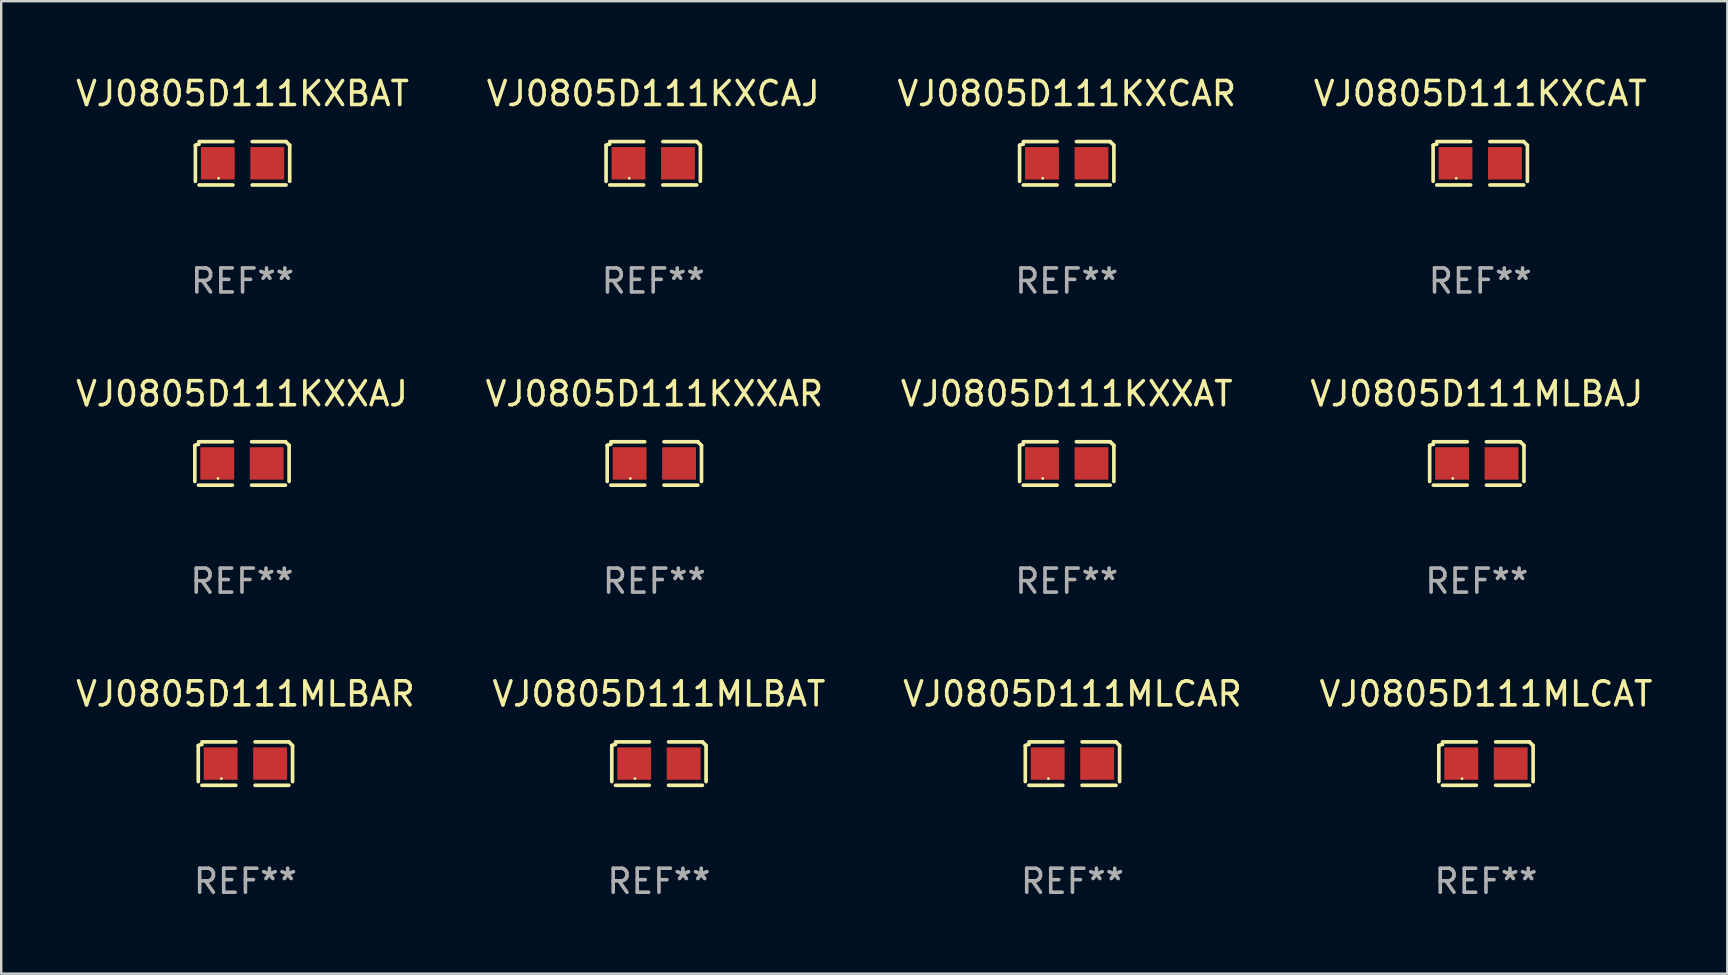
<source format=kicad_pcb>
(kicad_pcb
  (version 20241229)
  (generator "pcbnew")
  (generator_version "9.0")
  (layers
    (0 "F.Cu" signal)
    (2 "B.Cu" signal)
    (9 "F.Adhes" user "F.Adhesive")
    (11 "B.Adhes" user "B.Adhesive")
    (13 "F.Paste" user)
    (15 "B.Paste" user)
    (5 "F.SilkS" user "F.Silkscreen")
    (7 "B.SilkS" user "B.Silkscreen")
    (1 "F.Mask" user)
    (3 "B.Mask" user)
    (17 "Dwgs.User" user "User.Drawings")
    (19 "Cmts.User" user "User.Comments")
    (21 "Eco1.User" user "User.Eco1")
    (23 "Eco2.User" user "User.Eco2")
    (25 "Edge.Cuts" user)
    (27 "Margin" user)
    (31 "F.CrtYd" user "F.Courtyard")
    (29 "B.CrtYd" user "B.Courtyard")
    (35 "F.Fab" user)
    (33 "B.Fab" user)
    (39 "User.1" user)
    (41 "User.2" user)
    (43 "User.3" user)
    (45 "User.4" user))
  (footprint "VJ0805D111MLBAJ"
    (layer "F.Cu")
    (at 58.47 16.256)
    (property "Reference" "VJ0805D111MLBAJ" (at 0 -2.904 0) (layer "F.SilkS") (effects (font (size 1 1) (thickness 0.15))))
    (attr through_hole)
    (fp_line (start -1.964 0.751) (end -1.964 -0.751) (stroke (width 0.152) (type solid)) (layer "F.SilkS"))
    (fp_line (start -1.811 -0.904) (end -0.401 -0.904) (stroke (width 0.152) (type solid)) (layer "F.SilkS"))
    (fp_line (start -0.401 0.904) (end -1.811 0.904) (stroke (width 0.152) (type solid)) (layer "F.SilkS"))
    (fp_line (start 0.401 0.904) (end 1.811 0.904) (stroke (width 0.152) (type solid)) (layer "F.SilkS"))
    (fp_line (start 1.811 -0.904) (end 0.401 -0.904) (stroke (width 0.152) (type solid)) (layer "F.SilkS"))
    (fp_line (start 1.964 0.751) (end 1.964 -0.751) (stroke (width 0.152) (type solid)) (layer "F.SilkS"))
    (fp_arc (start -1.963602 -0.751207) (mid -1.890354 -0.783131) (end -1.811201 -0.794044) (stroke (width 0.1524) (type solid)) (layer "F.SilkS"))
    (fp_arc (start 1.811202 -0.903607) (mid 1.887413 -0.827418) (end 1.963602 -0.751207) (stroke (width 0.1524) (type solid)) (layer "F.SilkS"))
    (fp_circle (center -1 0.625) (end -0.97 0.625) (stroke (width 0.06) (type solid)) (fill no) (layer "F.SilkS"))
    (fp_text user "REF**" (at 0 4.904 0) (layer "F.Fab") (effects (font (size 1 1) (thickness 0.15))))
    (pad "1" smd rect (at -1.03 0) (size 1.41 1.35) (layers "F.Cu" "F.Mask" "F.Paste"))
    (pad "2" smd rect (at 1.03 0) (size 1.41 1.35) (layers "F.Cu" "F.Mask" "F.Paste")))
  (footprint "VJ0805D111KXXAT"
    (layer "F.Cu")
    (at 41.387 16.256)
    (property "Reference" "VJ0805D111KXXAT" (at 0 -2.904 0) (layer "F.SilkS") (effects (font (size 1 1) (thickness 0.15))))
    (attr through_hole)
    (fp_line (start -1.964 0.751) (end -1.964 -0.751) (stroke (width 0.152) (type solid)) (layer "F.SilkS"))
    (fp_line (start -1.811 -0.904) (end -0.401 -0.904) (stroke (width 0.152) (type solid)) (layer "F.SilkS"))
    (fp_line (start -0.401 0.904) (end -1.811 0.904) (stroke (width 0.152) (type solid)) (layer "F.SilkS"))
    (fp_line (start 0.401 0.904) (end 1.811 0.904) (stroke (width 0.152) (type solid)) (layer "F.SilkS"))
    (fp_line (start 1.811 -0.904) (end 0.401 -0.904) (stroke (width 0.152) (type solid)) (layer "F.SilkS"))
    (fp_line (start 1.964 0.751) (end 1.964 -0.751) (stroke (width 0.152) (type solid)) (layer "F.SilkS"))
    (fp_arc (start -1.963602 -0.751207) (mid -1.890354 -0.783131) (end -1.811201 -0.794044) (stroke (width 0.1524) (type solid)) (layer "F.SilkS"))
    (fp_arc (start 1.811202 -0.903607) (mid 1.887413 -0.827418) (end 1.963602 -0.751207) (stroke (width 0.1524) (type solid)) (layer "F.SilkS"))
    (fp_circle (center -1 0.625) (end -0.97 0.625) (stroke (width 0.06) (type solid)) (fill no) (layer "F.SilkS"))
    (fp_text user "REF**" (at 0 4.904 0) (layer "F.Fab") (effects (font (size 1 1) (thickness 0.15))))
    (pad "1" smd rect (at -1.03 0) (size 1.41 1.35) (layers "F.Cu" "F.Mask" "F.Paste"))
    (pad "2" smd rect (at 1.03 0) (size 1.41 1.35) (layers "F.Cu" "F.Mask" "F.Paste")))
  (footprint "VJ0805D111KXXAJ"
    (layer "F.Cu")
    (at 7.03 16.256)
    (property "Reference" "VJ0805D111KXXAJ" (at 0 -2.904 0) (layer "F.SilkS") (effects (font (size 1 1) (thickness 0.15))))
    (attr through_hole)
    (fp_line (start -1.964 0.751) (end -1.964 -0.751) (stroke (width 0.152) (type solid)) (layer "F.SilkS"))
    (fp_line (start -1.811 -0.904) (end -0.401 -0.904) (stroke (width 0.152) (type solid)) (layer "F.SilkS"))
    (fp_line (start -0.401 0.904) (end -1.811 0.904) (stroke (width 0.152) (type solid)) (layer "F.SilkS"))
    (fp_line (start 0.401 0.904) (end 1.811 0.904) (stroke (width 0.152) (type solid)) (layer "F.SilkS"))
    (fp_line (start 1.811 -0.904) (end 0.401 -0.904) (stroke (width 0.152) (type solid)) (layer "F.SilkS"))
    (fp_line (start 1.964 0.751) (end 1.964 -0.751) (stroke (width 0.152) (type solid)) (layer "F.SilkS"))
    (fp_arc (start -1.963602 -0.751207) (mid -1.890354 -0.783131) (end -1.811201 -0.794044) (stroke (width 0.1524) (type solid)) (layer "F.SilkS"))
    (fp_arc (start 1.811202 -0.903607) (mid 1.887413 -0.827418) (end 1.963602 -0.751207) (stroke (width 0.1524) (type solid)) (layer "F.SilkS"))
    (fp_circle (center -1 0.625) (end -0.97 0.625) (stroke (width 0.06) (type solid)) (fill no) (layer "F.SilkS"))
    (fp_text user "REF**" (at 0 4.904 0) (layer "F.Fab") (effects (font (size 1 1) (thickness 0.15))))
    (pad "1" smd rect (at -1.03 0) (size 1.41 1.35) (layers "F.Cu" "F.Mask" "F.Paste"))
    (pad "2" smd rect (at 1.03 0) (size 1.41 1.35) (layers "F.Cu" "F.Mask" "F.Paste")))
  (footprint "VJ0805D111MLBAT"
    (layer "F.Cu")
    (at 24.399 28.759)
    (property "Reference" "VJ0805D111MLBAT" (at 0 -2.904 0) (layer "F.SilkS") (effects (font (size 1 1) (thickness 0.15))))
    (attr through_hole)
    (fp_line (start -1.964 0.751) (end -1.964 -0.751) (stroke (width 0.152) (type solid)) (layer "F.SilkS"))
    (fp_line (start -1.811 -0.904) (end -0.401 -0.904) (stroke (width 0.152) (type solid)) (layer "F.SilkS"))
    (fp_line (start -0.401 0.904) (end -1.811 0.904) (stroke (width 0.152) (type solid)) (layer "F.SilkS"))
    (fp_line (start 0.401 0.904) (end 1.811 0.904) (stroke (width 0.152) (type solid)) (layer "F.SilkS"))
    (fp_line (start 1.811 -0.904) (end 0.401 -0.904) (stroke (width 0.152) (type solid)) (layer "F.SilkS"))
    (fp_line (start 1.964 0.751) (end 1.964 -0.751) (stroke (width 0.152) (type solid)) (layer "F.SilkS"))
    (fp_arc (start -1.963602 -0.751207) (mid -1.890354 -0.783131) (end -1.811201 -0.794044) (stroke (width 0.1524) (type solid)) (layer "F.SilkS"))
    (fp_arc (start 1.811202 -0.903607) (mid 1.887413 -0.827418) (end 1.963602 -0.751207) (stroke (width 0.1524) (type solid)) (layer "F.SilkS"))
    (fp_circle (center -1 0.625) (end -0.97 0.625) (stroke (width 0.06) (type solid)) (fill no) (layer "F.SilkS"))
    (fp_text user "REF**" (at 0 4.904 0) (layer "F.Fab") (effects (font (size 1 1) (thickness 0.15))))
    (pad "1" smd rect (at -1.03 0) (size 1.41 1.35) (layers "F.Cu" "F.Mask" "F.Paste"))
    (pad "2" smd rect (at 1.03 0) (size 1.41 1.35) (layers "F.Cu" "F.Mask" "F.Paste")))
  (footprint "VJ0805D111KXCAR"
    (layer "F.Cu")
    (at 41.387 3.752)
    (property "Reference" "VJ0805D111KXCAR" (at 0 -2.904 0) (layer "F.SilkS") (effects (font (size 1 1) (thickness 0.15))))
    (attr through_hole)
    (fp_line (start -1.964 0.751) (end -1.964 -0.751) (stroke (width 0.152) (type solid)) (layer "F.SilkS"))
    (fp_line (start -1.811 -0.904) (end -0.401 -0.904) (stroke (width 0.152) (type solid)) (layer "F.SilkS"))
    (fp_line (start -0.401 0.904) (end -1.811 0.904) (stroke (width 0.152) (type solid)) (layer "F.SilkS"))
    (fp_line (start 0.401 0.904) (end 1.811 0.904) (stroke (width 0.152) (type solid)) (layer "F.SilkS"))
    (fp_line (start 1.811 -0.904) (end 0.401 -0.904) (stroke (width 0.152) (type solid)) (layer "F.SilkS"))
    (fp_line (start 1.964 0.751) (end 1.964 -0.751) (stroke (width 0.152) (type solid)) (layer "F.SilkS"))
    (fp_arc (start -1.963602 -0.751207) (mid -1.890354 -0.783131) (end -1.811201 -0.794044) (stroke (width 0.1524) (type solid)) (layer "F.SilkS"))
    (fp_arc (start 1.811202 -0.903607) (mid 1.887413 -0.827418) (end 1.963602 -0.751207) (stroke (width 0.1524) (type solid)) (layer "F.SilkS"))
    (fp_circle (center -1 0.625) (end -0.97 0.625) (stroke (width 0.06) (type solid)) (fill no) (layer "F.SilkS"))
    (fp_text user "REF**" (at 0 4.904 0) (layer "F.Fab") (effects (font (size 1 1) (thickness 0.15))))
    (pad "1" smd rect (at -1.03 0) (size 1.41 1.35) (layers "F.Cu" "F.Mask" "F.Paste"))
    (pad "2" smd rect (at 1.03 0) (size 1.41 1.35) (layers "F.Cu" "F.Mask" "F.Paste")))
  (footprint "VJ0805D111MLCAR"
    (layer "F.Cu")
    (at 41.625 28.759)
    (property "Reference" "VJ0805D111MLCAR" (at 0 -2.904 0) (layer "F.SilkS") (effects (font (size 1 1) (thickness 0.15))))
    (attr through_hole)
    (fp_line (start -1.964 0.751) (end -1.964 -0.751) (stroke (width 0.152) (type solid)) (layer "F.SilkS"))
    (fp_line (start -1.811 -0.904) (end -0.401 -0.904) (stroke (width 0.152) (type solid)) (layer "F.SilkS"))
    (fp_line (start -0.401 0.904) (end -1.811 0.904) (stroke (width 0.152) (type solid)) (layer "F.SilkS"))
    (fp_line (start 0.401 0.904) (end 1.811 0.904) (stroke (width 0.152) (type solid)) (layer "F.SilkS"))
    (fp_line (start 1.811 -0.904) (end 0.401 -0.904) (stroke (width 0.152) (type solid)) (layer "F.SilkS"))
    (fp_line (start 1.964 0.751) (end 1.964 -0.751) (stroke (width 0.152) (type solid)) (layer "F.SilkS"))
    (fp_arc (start -1.963602 -0.751207) (mid -1.890354 -0.783131) (end -1.811201 -0.794044) (stroke (width 0.1524) (type solid)) (layer "F.SilkS"))
    (fp_arc (start 1.811202 -0.903607) (mid 1.887413 -0.827418) (end 1.963602 -0.751207) (stroke (width 0.1524) (type solid)) (layer "F.SilkS"))
    (fp_circle (center -1 0.625) (end -0.97 0.625) (stroke (width 0.06) (type solid)) (fill no) (layer "F.SilkS"))
    (fp_text user "REF**" (at 0 4.904 0) (layer "F.Fab") (effects (font (size 1 1) (thickness 0.15))))
    (pad "1" smd rect (at -1.03 0) (size 1.41 1.35) (layers "F.Cu" "F.Mask" "F.Paste"))
    (pad "2" smd rect (at 1.03 0) (size 1.41 1.35) (layers "F.Cu" "F.Mask" "F.Paste")))
  (footprint "VJ0805D111KXXAR"
    (layer "F.Cu")
    (at 24.208 16.256)
    (property "Reference" "VJ0805D111KXXAR" (at 0 -2.904 0) (layer "F.SilkS") (effects (font (size 1 1) (thickness 0.15))))
    (attr through_hole)
    (fp_line (start -1.964 0.751) (end -1.964 -0.751) (stroke (width 0.152) (type solid)) (layer "F.SilkS"))
    (fp_line (start -1.811 -0.904) (end -0.401 -0.904) (stroke (width 0.152) (type solid)) (layer "F.SilkS"))
    (fp_line (start -0.401 0.904) (end -1.811 0.904) (stroke (width 0.152) (type solid)) (layer "F.SilkS"))
    (fp_line (start 0.401 0.904) (end 1.811 0.904) (stroke (width 0.152) (type solid)) (layer "F.SilkS"))
    (fp_line (start 1.811 -0.904) (end 0.401 -0.904) (stroke (width 0.152) (type solid)) (layer "F.SilkS"))
    (fp_line (start 1.964 0.751) (end 1.964 -0.751) (stroke (width 0.152) (type solid)) (layer "F.SilkS"))
    (fp_arc (start -1.963602 -0.751207) (mid -1.890354 -0.783131) (end -1.811201 -0.794044) (stroke (width 0.1524) (type solid)) (layer "F.SilkS"))
    (fp_arc (start 1.811202 -0.903607) (mid 1.887413 -0.827418) (end 1.963602 -0.751207) (stroke (width 0.1524) (type solid)) (layer "F.SilkS"))
    (fp_circle (center -1 0.625) (end -0.97 0.625) (stroke (width 0.06) (type solid)) (fill no) (layer "F.SilkS"))
    (fp_text user "REF**" (at 0 4.904 0) (layer "F.Fab") (effects (font (size 1 1) (thickness 0.15))))
    (pad "1" smd rect (at -1.03 0) (size 1.41 1.35) (layers "F.Cu" "F.Mask" "F.Paste"))
    (pad "2" smd rect (at 1.03 0) (size 1.41 1.35) (layers "F.Cu" "F.Mask" "F.Paste")))
  (footprint "VJ0805D111MLCAT"
    (layer "F.Cu")
    (at 58.851 28.759)
    (property "Reference" "VJ0805D111MLCAT" (at 0 -2.904 0) (layer "F.SilkS") (effects (font (size 1 1) (thickness 0.15))))
    (attr through_hole)
    (fp_line (start -1.964 0.751) (end -1.964 -0.751) (stroke (width 0.152) (type solid)) (layer "F.SilkS"))
    (fp_line (start -1.811 -0.904) (end -0.401 -0.904) (stroke (width 0.152) (type solid)) (layer "F.SilkS"))
    (fp_line (start -0.401 0.904) (end -1.811 0.904) (stroke (width 0.152) (type solid)) (layer "F.SilkS"))
    (fp_line (start 0.401 0.904) (end 1.811 0.904) (stroke (width 0.152) (type solid)) (layer "F.SilkS"))
    (fp_line (start 1.811 -0.904) (end 0.401 -0.904) (stroke (width 0.152) (type solid)) (layer "F.SilkS"))
    (fp_line (start 1.964 0.751) (end 1.964 -0.751) (stroke (width 0.152) (type solid)) (layer "F.SilkS"))
    (fp_arc (start -1.963602 -0.751207) (mid -1.890354 -0.783131) (end -1.811201 -0.794044) (stroke (width 0.1524) (type solid)) (layer "F.SilkS"))
    (fp_arc (start 1.811202 -0.903607) (mid 1.887413 -0.827418) (end 1.963602 -0.751207) (stroke (width 0.1524) (type solid)) (layer "F.SilkS"))
    (fp_circle (center -1 0.625) (end -0.97 0.625) (stroke (width 0.06) (type solid)) (fill no) (layer "F.SilkS"))
    (fp_text user "REF**" (at 0 4.904 0) (layer "F.Fab") (effects (font (size 1 1) (thickness 0.15))))
    (pad "1" smd rect (at -1.03 0) (size 1.41 1.35) (layers "F.Cu" "F.Mask" "F.Paste"))
    (pad "2" smd rect (at 1.03 0) (size 1.41 1.35) (layers "F.Cu" "F.Mask" "F.Paste")))
  (footprint "VJ0805D111MLBAR"
    (layer "F.Cu")
    (at 7.173 28.759)
    (property "Reference" "VJ0805D111MLBAR" (at 0 -2.904 0) (layer "F.SilkS") (effects (font (size 1 1) (thickness 0.15))))
    (attr through_hole)
    (fp_line (start -1.964 0.751) (end -1.964 -0.751) (stroke (width 0.152) (type solid)) (layer "F.SilkS"))
    (fp_line (start -1.811 -0.904) (end -0.401 -0.904) (stroke (width 0.152) (type solid)) (layer "F.SilkS"))
    (fp_line (start -0.401 0.904) (end -1.811 0.904) (stroke (width 0.152) (type solid)) (layer "F.SilkS"))
    (fp_line (start 0.401 0.904) (end 1.811 0.904) (stroke (width 0.152) (type solid)) (layer "F.SilkS"))
    (fp_line (start 1.811 -0.904) (end 0.401 -0.904) (stroke (width 0.152) (type solid)) (layer "F.SilkS"))
    (fp_line (start 1.964 0.751) (end 1.964 -0.751) (stroke (width 0.152) (type solid)) (layer "F.SilkS"))
    (fp_arc (start -1.963602 -0.751207) (mid -1.890354 -0.783131) (end -1.811201 -0.794044) (stroke (width 0.1524) (type solid)) (layer "F.SilkS"))
    (fp_arc (start 1.811202 -0.903607) (mid 1.887413 -0.827418) (end 1.963602 -0.751207) (stroke (width 0.1524) (type solid)) (layer "F.SilkS"))
    (fp_circle (center -1 0.625) (end -0.97 0.625) (stroke (width 0.06) (type solid)) (fill no) (layer "F.SilkS"))
    (fp_text user "REF**" (at 0 4.904 0) (layer "F.Fab") (effects (font (size 1 1) (thickness 0.15))))
    (pad "1" smd rect (at -1.03 0) (size 1.41 1.35) (layers "F.Cu" "F.Mask" "F.Paste"))
    (pad "2" smd rect (at 1.03 0) (size 1.41 1.35) (layers "F.Cu" "F.Mask" "F.Paste")))
  (footprint "VJ0805D111KXCAT"
    (layer "F.Cu")
    (at 58.613 3.752)
    (property "Reference" "VJ0805D111KXCAT" (at 0 -2.904 0) (layer "F.SilkS") (effects (font (size 1 1) (thickness 0.15))))
    (attr through_hole)
    (fp_line (start -1.964 0.751) (end -1.964 -0.751) (stroke (width 0.152) (type solid)) (layer "F.SilkS"))
    (fp_line (start -1.811 -0.904) (end -0.401 -0.904) (stroke (width 0.152) (type solid)) (layer "F.SilkS"))
    (fp_line (start -0.401 0.904) (end -1.811 0.904) (stroke (width 0.152) (type solid)) (layer "F.SilkS"))
    (fp_line (start 0.401 0.904) (end 1.811 0.904) (stroke (width 0.152) (type solid)) (layer "F.SilkS"))
    (fp_line (start 1.811 -0.904) (end 0.401 -0.904) (stroke (width 0.152) (type solid)) (layer "F.SilkS"))
    (fp_line (start 1.964 0.751) (end 1.964 -0.751) (stroke (width 0.152) (type solid)) (layer "F.SilkS"))
    (fp_arc (start -1.963602 -0.751207) (mid -1.890354 -0.783131) (end -1.811201 -0.794044) (stroke (width 0.1524) (type solid)) (layer "F.SilkS"))
    (fp_arc (start 1.811202 -0.903607) (mid 1.887413 -0.827418) (end 1.963602 -0.751207) (stroke (width 0.1524) (type solid)) (layer "F.SilkS"))
    (fp_circle (center -1 0.625) (end -0.97 0.625) (stroke (width 0.06) (type solid)) (fill no) (layer "F.SilkS"))
    (fp_text user "REF**" (at 0 4.904 0) (layer "F.Fab") (effects (font (size 1 1) (thickness 0.15))))
    (pad "1" smd rect (at -1.03 0) (size 1.41 1.35) (layers "F.Cu" "F.Mask" "F.Paste"))
    (pad "2" smd rect (at 1.03 0) (size 1.41 1.35) (layers "F.Cu" "F.Mask" "F.Paste")))
  (footprint "VJ0805D111KXBAT"
    (layer "F.Cu")
    (at 7.054 3.752)
    (property "Reference" "VJ0805D111KXBAT" (at 0 -2.904 0) (layer "F.SilkS") (effects (font (size 1 1) (thickness 0.15))))
    (attr through_hole)
    (fp_line (start -1.964 0.751) (end -1.964 -0.751) (stroke (width 0.152) (type solid)) (layer "F.SilkS"))
    (fp_line (start -1.811 -0.904) (end -0.401 -0.904) (stroke (width 0.152) (type solid)) (layer "F.SilkS"))
    (fp_line (start -0.401 0.904) (end -1.811 0.904) (stroke (width 0.152) (type solid)) (layer "F.SilkS"))
    (fp_line (start 0.401 0.904) (end 1.811 0.904) (stroke (width 0.152) (type solid)) (layer "F.SilkS"))
    (fp_line (start 1.811 -0.904) (end 0.401 -0.904) (stroke (width 0.152) (type solid)) (layer "F.SilkS"))
    (fp_line (start 1.964 0.751) (end 1.964 -0.751) (stroke (width 0.152) (type solid)) (layer "F.SilkS"))
    (fp_arc (start -1.963602 -0.751207) (mid -1.890354 -0.783131) (end -1.811201 -0.794044) (stroke (width 0.1524) (type solid)) (layer "F.SilkS"))
    (fp_arc (start 1.811202 -0.903607) (mid 1.887413 -0.827418) (end 1.963602 -0.751207) (stroke (width 0.1524) (type solid)) (layer "F.SilkS"))
    (fp_circle (center -1 0.625) (end -0.97 0.625) (stroke (width 0.06) (type solid)) (fill no) (layer "F.SilkS"))
    (fp_text user "REF**" (at 0 4.904 0) (layer "F.Fab") (effects (font (size 1 1) (thickness 0.15))))
    (pad "1" smd rect (at -1.03 0) (size 1.41 1.35) (layers "F.Cu" "F.Mask" "F.Paste"))
    (pad "2" smd rect (at 1.03 0) (size 1.41 1.35) (layers "F.Cu" "F.Mask" "F.Paste")))
  (footprint "VJ0805D111KXCAJ"
    (layer "F.Cu")
    (at 24.161 3.752)
    (property "Reference" "VJ0805D111KXCAJ" (at 0 -2.904 0) (layer "F.SilkS") (effects (font (size 1 1) (thickness 0.15))))
    (attr through_hole)
    (fp_line (start -1.964 0.751) (end -1.964 -0.751) (stroke (width 0.152) (type solid)) (layer "F.SilkS"))
    (fp_line (start -1.811 -0.904) (end -0.401 -0.904) (stroke (width 0.152) (type solid)) (layer "F.SilkS"))
    (fp_line (start -0.401 0.904) (end -1.811 0.904) (stroke (width 0.152) (type solid)) (layer "F.SilkS"))
    (fp_line (start 0.401 0.904) (end 1.811 0.904) (stroke (width 0.152) (type solid)) (layer "F.SilkS"))
    (fp_line (start 1.811 -0.904) (end 0.401 -0.904) (stroke (width 0.152) (type solid)) (layer "F.SilkS"))
    (fp_line (start 1.964 0.751) (end 1.964 -0.751) (stroke (width 0.152) (type solid)) (layer "F.SilkS"))
    (fp_arc (start -1.963602 -0.751207) (mid -1.890354 -0.783131) (end -1.811201 -0.794044) (stroke (width 0.1524) (type solid)) (layer "F.SilkS"))
    (fp_arc (start 1.811202 -0.903607) (mid 1.887413 -0.827418) (end 1.963602 -0.751207) (stroke (width 0.1524) (type solid)) (layer "F.SilkS"))
    (fp_circle (center -1 0.625) (end -0.97 0.625) (stroke (width 0.06) (type solid)) (fill no) (layer "F.SilkS"))
    (fp_text user "REF**" (at 0 4.904 0) (layer "F.Fab") (effects (font (size 1 1) (thickness 0.15))))
    (pad "1" smd rect (at -1.03 0) (size 1.41 1.35) (layers "F.Cu" "F.Mask" "F.Paste"))
    (pad "2" smd rect (at 1.03 0) (size 1.41 1.35) (layers "F.Cu" "F.Mask" "F.Paste")))
  (gr_rect
    (start -3 -3)
    (end 68.905 37.511)
    (stroke (width 0.1) (type default))
    (fill no)
    (layer "Edge.Cuts")))
</source>
